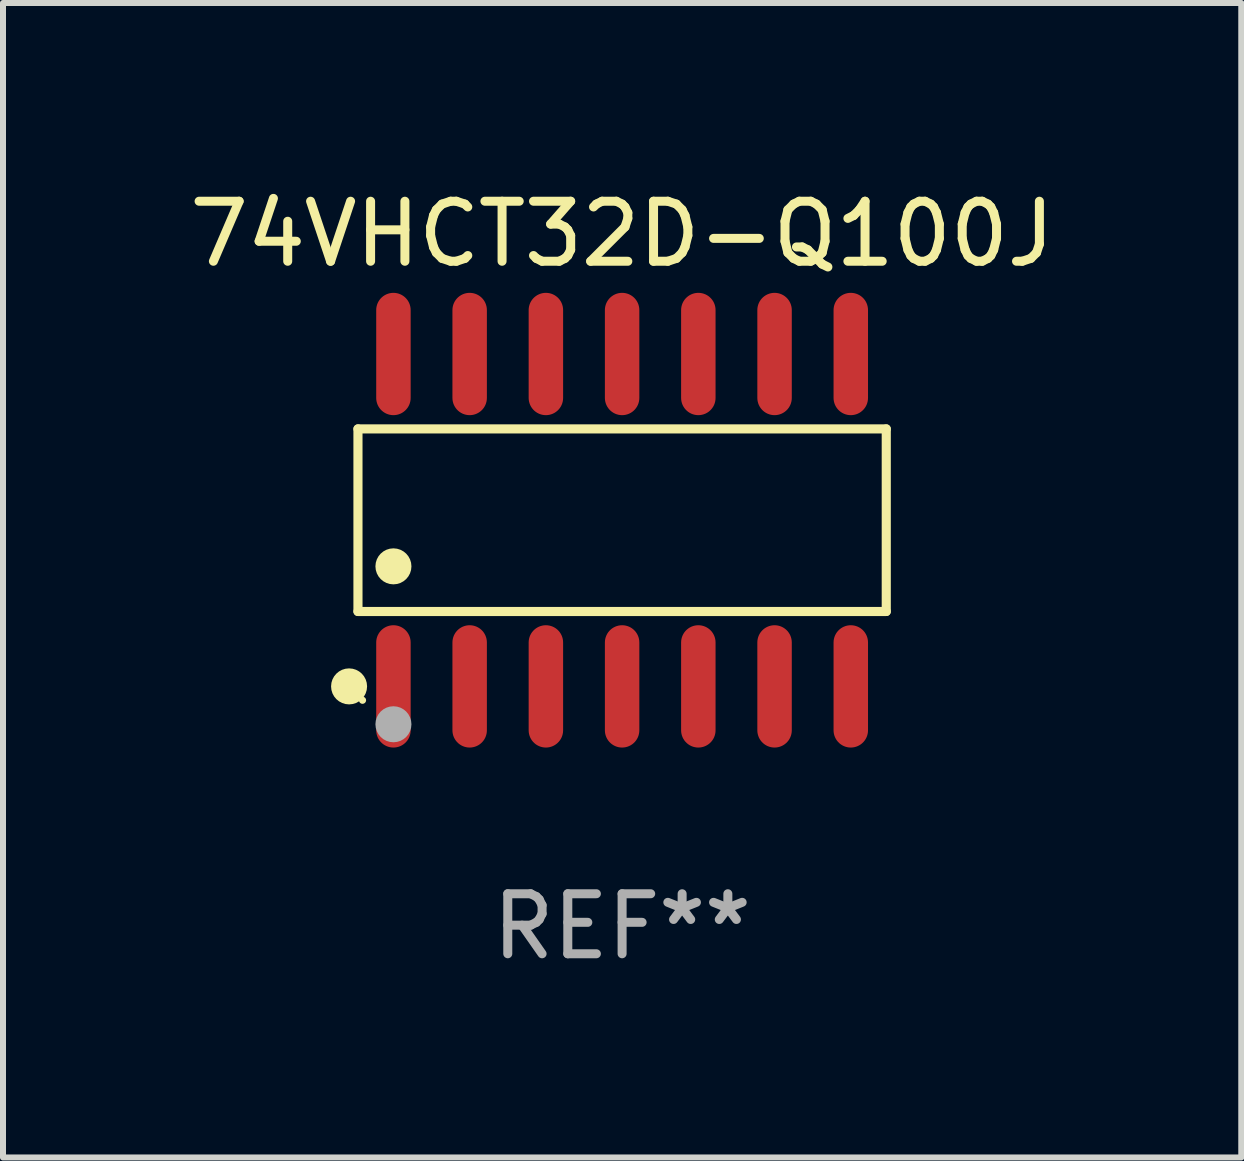
<source format=kicad_pcb>
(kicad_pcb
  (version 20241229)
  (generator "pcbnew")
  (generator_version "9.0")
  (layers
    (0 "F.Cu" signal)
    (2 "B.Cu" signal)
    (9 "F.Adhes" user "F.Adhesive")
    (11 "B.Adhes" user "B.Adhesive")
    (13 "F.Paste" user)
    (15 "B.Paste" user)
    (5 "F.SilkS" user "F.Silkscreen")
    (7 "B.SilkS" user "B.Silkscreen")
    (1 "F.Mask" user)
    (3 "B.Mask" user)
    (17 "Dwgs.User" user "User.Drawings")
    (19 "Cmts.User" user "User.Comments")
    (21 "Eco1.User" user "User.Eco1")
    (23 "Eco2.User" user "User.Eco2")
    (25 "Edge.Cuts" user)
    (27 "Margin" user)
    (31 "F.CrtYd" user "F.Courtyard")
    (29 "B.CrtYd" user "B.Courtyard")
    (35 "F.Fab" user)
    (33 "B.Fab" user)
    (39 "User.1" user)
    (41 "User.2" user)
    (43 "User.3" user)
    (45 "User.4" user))
  (footprint "74VHCT32D-Q100J"
    (layer "F.Cu")
    (at 7.315 5.617)
    (property "Reference" "74VHCT32D-Q100J" (at 0 -4.769 0) (layer "F.SilkS") (effects (font (size 1 1) (thickness 0.15))))
    (attr through_hole)
    (fp_line (start -4.401 -1.521) (end 4.401 -1.521) (stroke (width 0.152) (type solid)) (layer "F.SilkS"))
    (fp_line (start -4.401 1.521) (end -4.401 -1.521) (stroke (width 0.152) (type solid)) (layer "F.SilkS"))
    (fp_line (start 4.401 -1.521) (end 4.401 1.521) (stroke (width 0.152) (type solid)) (layer "F.SilkS"))
    (fp_line (start 4.401 1.521) (end -4.401 1.521) (stroke (width 0.152) (type solid)) (layer "F.SilkS"))
    (fp_circle (center -4.549 2.769) (end -4.399 2.769) (stroke (width 0.3) (type solid)) (fill no) (layer "F.SilkS"))
    (fp_circle (center -4.325 3) (end -4.295 3) (stroke (width 0.06) (type solid)) (fill no) (layer "F.SilkS"))
    (fp_circle (center -3.81 0.769) (end -3.66 0.769) (stroke (width 0.3) (type solid)) (fill no) (layer "F.SilkS"))
    (fp_circle (center -3.81 3.4) (end -3.66 3.4) (stroke (width 0.3) (type solid)) (fill no) (layer "F.Fab"))
    (fp_text user "REF**" (at 0 6.769 0) (layer "F.Fab") (effects (font (size 1 1) (thickness 0.15))))
    (pad "1" smd oval (at -3.81 2.769) (size 0.574 2.038) (layers "F.Cu" "F.Mask" "F.Paste"))
    (pad "2" smd oval (at -2.54 2.769) (size 0.574 2.038) (layers "F.Cu" "F.Mask" "F.Paste"))
    (pad "3" smd oval (at -1.27 2.769) (size 0.574 2.038) (layers "F.Cu" "F.Mask" "F.Paste"))
    (pad "4" smd oval (at 0 2.769) (size 0.574 2.038) (layers "F.Cu" "F.Mask" "F.Paste"))
    (pad "5" smd oval (at 1.27 2.769) (size 0.574 2.038) (layers "F.Cu" "F.Mask" "F.Paste"))
    (pad "6" smd oval (at 2.54 2.769) (size 0.574 2.038) (layers "F.Cu" "F.Mask" "F.Paste"))
    (pad "7" smd oval (at 3.81 2.769) (size 0.574 2.038) (layers "F.Cu" "F.Mask" "F.Paste"))
    (pad "8" smd oval (at 3.81 -2.769) (size 0.574 2.038) (layers "F.Cu" "F.Mask" "F.Paste"))
    (pad "9" smd oval (at 2.54 -2.769) (size 0.574 2.038) (layers "F.Cu" "F.Mask" "F.Paste"))
    (pad "10" smd oval (at 1.27 -2.769) (size 0.574 2.038) (layers "F.Cu" "F.Mask" "F.Paste"))
    (pad "11" smd oval (at 0 -2.769) (size 0.574 2.038) (layers "F.Cu" "F.Mask" "F.Paste"))
    (pad "12" smd oval (at -1.27 -2.769) (size 0.574 2.038) (layers "F.Cu" "F.Mask" "F.Paste"))
    (pad "13" smd oval (at -2.54 -2.769) (size 0.574 2.038) (layers "F.Cu" "F.Mask" "F.Paste"))
    (pad "14" smd oval (at -3.81 -2.769) (size 0.574 2.038) (layers "F.Cu" "F.Mask" "F.Paste")))
  (gr_rect
    (start -3 -3)
    (end 17.631 16.235)
    (stroke (width 0.1) (type default))
    (fill no)
    (layer "Edge.Cuts")))
</source>
